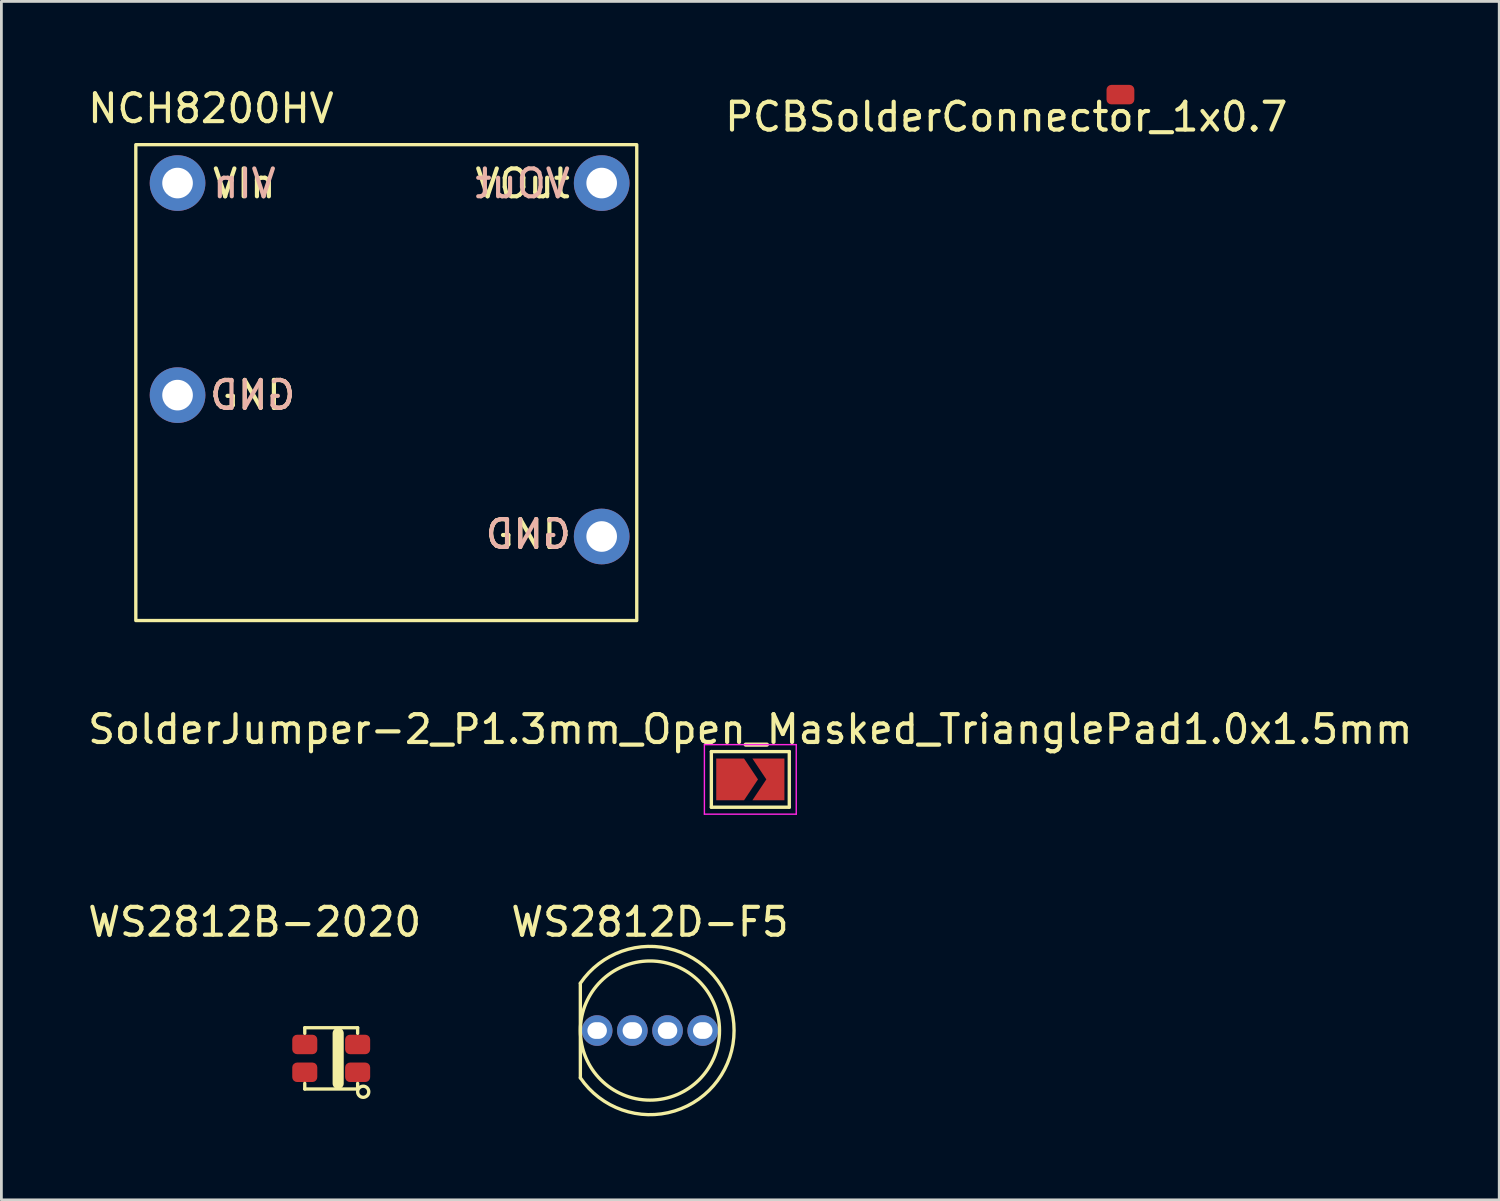
<source format=kicad_pcb>
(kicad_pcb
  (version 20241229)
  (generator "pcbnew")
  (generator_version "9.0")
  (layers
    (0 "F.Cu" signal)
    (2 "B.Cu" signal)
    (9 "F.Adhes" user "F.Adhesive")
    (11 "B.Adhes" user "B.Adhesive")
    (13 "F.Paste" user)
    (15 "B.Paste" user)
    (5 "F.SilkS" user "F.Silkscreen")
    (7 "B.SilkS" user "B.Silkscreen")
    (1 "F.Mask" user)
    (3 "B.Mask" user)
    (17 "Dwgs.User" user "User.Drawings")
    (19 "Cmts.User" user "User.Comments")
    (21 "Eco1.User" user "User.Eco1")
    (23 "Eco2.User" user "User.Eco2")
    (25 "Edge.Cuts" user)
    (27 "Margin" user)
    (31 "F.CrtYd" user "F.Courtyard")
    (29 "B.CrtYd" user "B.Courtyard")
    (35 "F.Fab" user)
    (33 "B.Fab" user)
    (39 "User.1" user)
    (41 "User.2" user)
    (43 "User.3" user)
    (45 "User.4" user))
  (footprint "PCBSolderConnector_1x0.7"
    (layer "F.Cu")
    (at 37.21 0.35)
    (property "Reference" "PCBSolderConnector_1x0.7" (at -4.1 0.8 0) (layer "F.SilkS") (effects (font (size 1 1) (thickness 0.15))))
    (attr through_hole)
    (pad "1" smd roundrect (at 0 0) (size 1 0.7) (layers "F.Cu" "F.Mask" "F.Paste") (roundrect_rratio 0.25)))
  (footprint "SolderJumper-2_P1.3mm_Open_Masked_TrianglePad1.0x1.5mm"
    (layer "F.Cu")
    (at 23.911 24.956)
    (property "Reference" "SolderJumper-2_P1.3mm_Open_Masked_TrianglePad1.0x1.5mm" (at 0 -1.8 0) (layer "F.SilkS") (effects (font (size 1 1) (thickness 0.15))))
    (attr exclude_from_pos_files exclude_from_bom)
    (fp_poly (pts (xy -1.168 -0.762) (xy 1.168 -0.762) (xy 1.168 0.762) (xy -1.168 0.762)) (stroke (width 0.1) (type solid)) (fill yes) (layer "F.Mask"))
    (fp_line (start -1.4 -1) (end 1.4 -1) (stroke (width 0.12) (type solid)) (layer "F.SilkS"))
    (fp_line (start -1.4 1) (end -1.4 -1) (stroke (width 0.12) (type solid)) (layer "F.SilkS"))
    (fp_line (start 1.4 -1) (end 1.4 1) (stroke (width 0.12) (type solid)) (layer "F.SilkS"))
    (fp_line (start 1.4 1) (end -1.4 1) (stroke (width 0.12) (type solid)) (layer "F.SilkS"))
    (fp_line (start -1.65 -1.25) (end -1.65 1.25) (stroke (width 0.05) (type solid)) (layer "F.CrtYd"))
    (fp_line (start -1.65 -1.25) (end 1.65 -1.25) (stroke (width 0.05) (type solid)) (layer "F.CrtYd"))
    (fp_line (start 1.65 1.25) (end -1.65 1.25) (stroke (width 0.05) (type solid)) (layer "F.CrtYd"))
    (fp_line (start 1.65 1.25) (end 1.65 -1.25) (stroke (width 0.05) (type solid)) (layer "F.CrtYd"))
    (pad "1" smd custom (at -0.725 0) (size 0.3 0.3) (layers "F.Cu" "F.Mask") (options (anchor rect)) (primitives (gr_poly (pts (xy -0.5 -0.75) (xy 0.5 -0.75) (xy 1 0) (xy 0.5 0.75) (xy -0.5 0.75)) (width 0) (fill yes))))
    (pad "2" smd custom (at 0.725 0) (size 0.3 0.3) (layers "F.Cu" "F.Mask") (options (anchor rect)) (primitives (gr_poly (pts (xy -0.65 -0.75) (xy 0.5 -0.75) (xy 0.5 0.75) (xy -0.65 0.75) (xy -0.15 0)) (width 0) (fill yes)))))
  (footprint "NCH8200HV"
    (layer "F.Cu")
    (at 3.33 11.148)
    (property "Reference" "NCH8200HV" (at 1.2 -10.3 0) (unlocked yes) (layer "F.SilkS") (effects (font (size 1 1) (thickness 0.15))))
    (attr through_hole)
    (fp_rect (start 16.5 -9) (end -1.5 8.1) (stroke (width 0.12) (type solid)) (fill no) (layer "F.SilkS"))
    (fp_text user "VOut" (at 12.4 -7.6 0) (unlocked yes) (layer "F.SilkS") (effects (font (size 1 1) (thickness 0.15))))
    (fp_text user "VIn" (at 2.4 -7.6 0) (unlocked yes) (layer "F.SilkS") (effects (font (size 1 1) (thickness 0.15))))
    (fp_text user "GND" (at 12.6 5 0) (unlocked yes) (layer "F.SilkS") (effects (font (size 1 1) (thickness 0.15))))
    (fp_text user "GND" (at 2.7 0 0) (unlocked yes) (layer "F.SilkS") (effects (font (size 1 1) (thickness 0.15))))
    (fp_text user "VOut" (at 12.4 -7.6 0) (unlocked yes) (layer "B.SilkS") (effects (font (size 1 1) (thickness 0.15)) (justify mirror)))
    (fp_text user "GND" (at 2.7 0 0) (unlocked yes) (layer "B.SilkS") (effects (font (size 1 1) (thickness 0.15)) (justify mirror)))
    (fp_text user "GND" (at 12.6 5 0) (unlocked yes) (layer "B.SilkS") (effects (font (size 1 1) (thickness 0.15)) (justify mirror)))
    (fp_text user "VIn" (at 2.4 -7.6 0) (unlocked yes) (layer "B.SilkS") (effects (font (size 1 1) (thickness 0.15)) (justify mirror)))
    (pad "1" thru_hole circle (at 0 0) (size 2 2) (drill 1.1) (layers "*.Cu" "*.Mask"))
    (pad "1" thru_hole circle (at 15.24 5.08) (size 2 2) (drill 1.1) (layers "*.Cu" "*.Mask"))
    (pad "2" thru_hole circle (at 0 -7.62) (size 2 2) (drill 1.1) (layers "*.Cu" "*.Mask"))
    (pad "3" thru_hole circle (at 15.24 -7.62) (size 2 2) (drill 1.1) (layers "*.Cu" "*.Mask")))
  (footprint "WS2812B-2020"
    (layer "F.Cu")
    (at 8.801 34.98)
    (property "Reference" "WS2812B-2020" (at -2.7 -4.9 0) (layer "F.SilkS") (effects (font (size 1 1) (thickness 0.15))))
    (attr smd)
    (fp_line (start -0.9 -1.1) (end 1 -1.1) (stroke (width 0.12) (type solid)) (layer "F.SilkS"))
    (fp_line (start -0.9 -0.9) (end -0.9 -1.1) (stroke (width 0.12) (type solid)) (layer "F.SilkS"))
    (fp_line (start -0.9 0.9) (end -0.9 1.1) (stroke (width 0.12) (type solid)) (layer "F.SilkS"))
    (fp_line (start -0.9 1.1) (end 1 1.1) (stroke (width 0.12) (type solid)) (layer "F.SilkS"))
    (fp_line (start 0.3 -0.9) (end 0.3 0.9) (stroke (width 0.4) (type solid)) (layer "F.SilkS"))
    (fp_line (start 1 -1.1) (end 1 -0.9) (stroke (width 0.12) (type solid)) (layer "F.SilkS"))
    (fp_line (start 1 1.1) (end 1 0.9) (stroke (width 0.12) (type solid)) (layer "F.SilkS"))
    (fp_circle (center 1.2 1.2) (end 1.4 1.2) (stroke (width 0.12) (type solid)) (fill no) (layer "F.SilkS"))
    (pad "1" smd roundrect (at 1 0.5) (size 0.9 0.7) (layers "F.Cu" "F.Mask" "F.Paste") (roundrect_rratio 0.25))
    (pad "2" smd roundrect (at 1 -0.5) (size 0.9 0.7) (layers "F.Cu" "F.Mask" "F.Paste") (roundrect_rratio 0.25))
    (pad "3" smd roundrect (at -0.9 -0.5) (size 0.9 0.7) (layers "F.Cu" "F.Mask" "F.Paste") (roundrect_rratio 0.25))
    (pad "4" smd roundrect (at -0.9 0.5) (size 0.9 0.7) (layers "F.Cu" "F.Mask" "F.Paste") (roundrect_rratio 0.25)))
  (footprint "WS2812D-F5"
    (layer "F.Cu")
    (at 20.304 33.98)
    (property "Reference" "WS2812D-F5" (at 0 -3.9 0) (layer "F.SilkS") (effects (font (size 1 1) (thickness 0.15))))
    (attr through_hole)
    (fp_line (start -2.501 -1.699) (end -2.5 1.7) (stroke (width 0.12) (type solid)) (layer "F.SilkS"))
    (fp_arc (start -2.50093 -1.698629) (mid 3.023242 -0.000828) (end -2.499999 1.699999) (stroke (width 0.12) (type solid)) (layer "F.SilkS"))
    (fp_circle (center 0 0) (end 2.5 0) (stroke (width 0.12) (type solid)) (fill no) (layer "F.SilkS"))
    (pad "1" thru_hole circle (at -1.897 0) (size 1.1 1.1) (drill oval 0.7 0.6) (layers "*.Cu" "*.Mask"))
    (pad "2" thru_hole circle (at -0.632 0) (size 1.1 1.1) (drill oval 0.7 0.6) (layers "*.Cu" "*.Mask"))
    (pad "3" thru_hole circle (at 0.632 0) (size 1.1 1.1) (drill oval 0.7 0.6) (layers "*.Cu" "*.Mask"))
    (pad "4" thru_hole circle (at 1.897 0) (size 1.1 1.1) (drill oval 0.7 0.6) (layers "*.Cu" "*.Mask")))
  (gr_rect
    (start -3 -3)
    (end 50.821 40.063)
    (stroke (width 0.1) (type default))
    (fill no)
    (layer "Edge.Cuts")))
</source>
